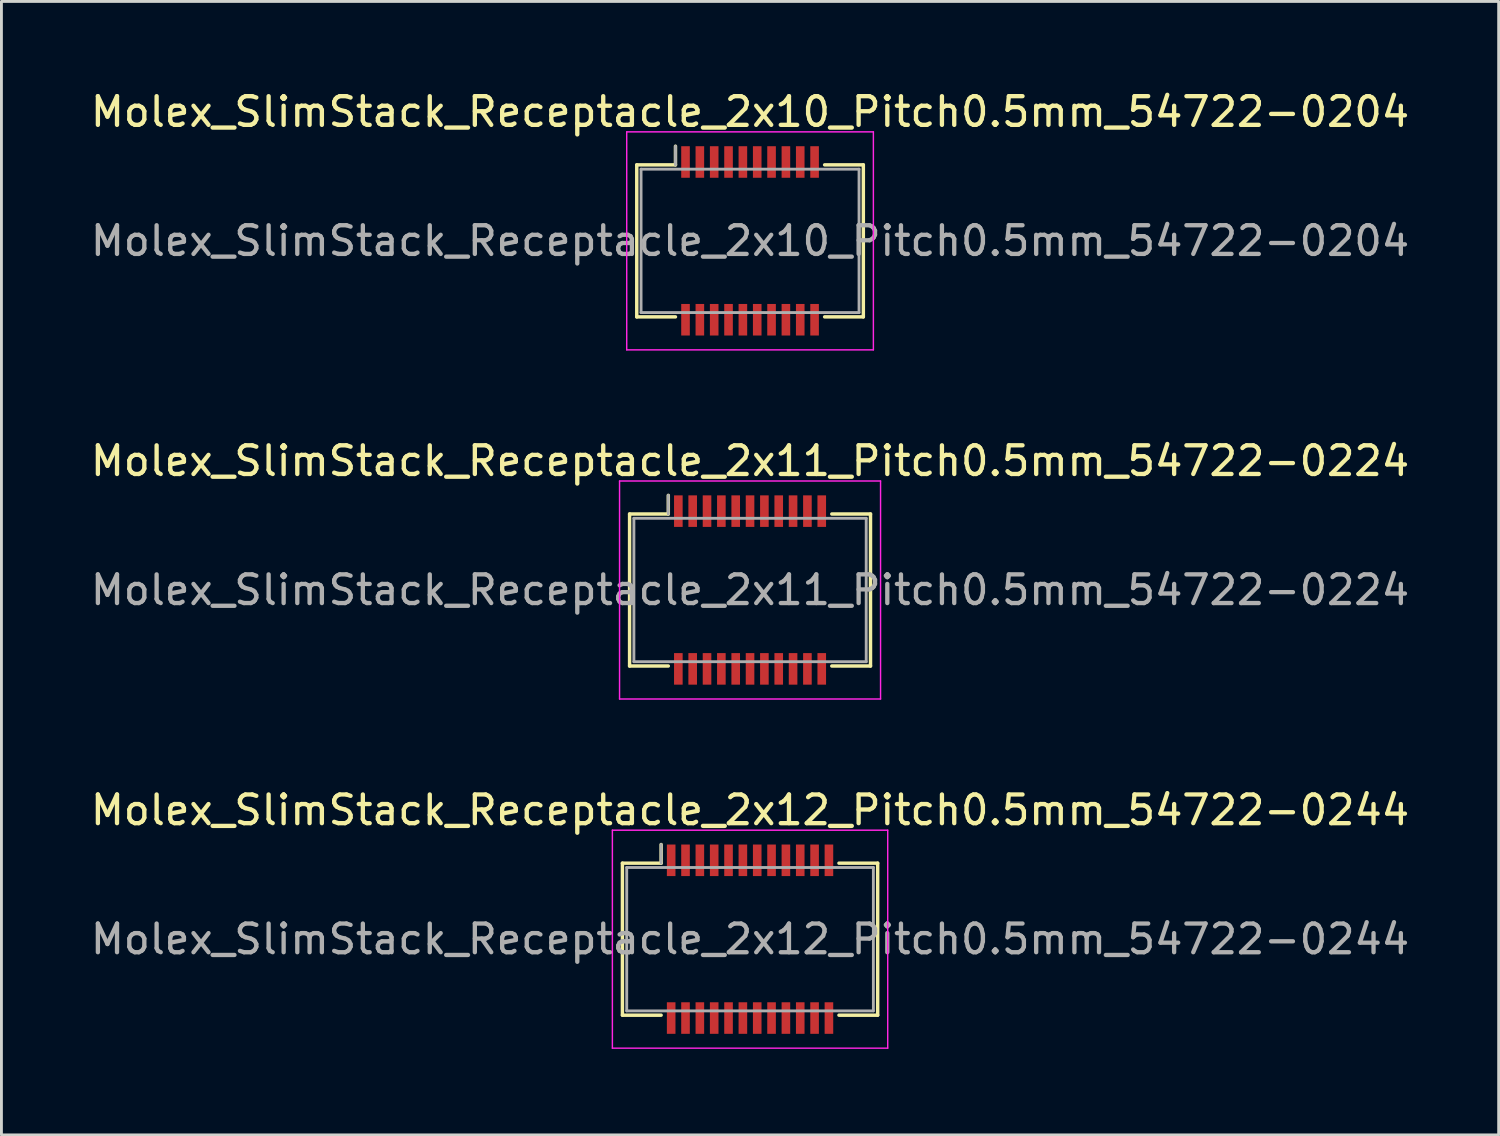
<source format=kicad_pcb>
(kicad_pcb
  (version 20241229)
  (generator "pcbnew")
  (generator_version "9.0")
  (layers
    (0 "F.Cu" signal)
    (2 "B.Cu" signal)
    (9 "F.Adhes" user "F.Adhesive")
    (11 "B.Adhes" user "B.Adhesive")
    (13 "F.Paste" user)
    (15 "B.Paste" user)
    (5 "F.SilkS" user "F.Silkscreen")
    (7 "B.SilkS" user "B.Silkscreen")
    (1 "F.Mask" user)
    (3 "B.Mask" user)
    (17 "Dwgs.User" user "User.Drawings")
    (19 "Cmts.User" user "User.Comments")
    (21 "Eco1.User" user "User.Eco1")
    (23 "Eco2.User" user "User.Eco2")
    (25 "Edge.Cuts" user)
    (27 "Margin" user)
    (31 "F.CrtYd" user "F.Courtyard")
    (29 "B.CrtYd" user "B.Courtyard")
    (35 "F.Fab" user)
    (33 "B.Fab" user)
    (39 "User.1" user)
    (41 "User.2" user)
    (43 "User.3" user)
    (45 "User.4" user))
  (footprint "Molex_SlimStack_Receptacle_2x11_Pitch0.5mm_54722-0224"
    (layer "F.Cu")
    (at 23.101 17.521)
    (property "Reference" "Molex_SlimStack_Receptacle_2x11_Pitch0.5mm_54722-0224" (at 0 -4.5 0) (layer "F.SilkS") (effects (font (size 1 1) (thickness 0.15))))
    (attr smd)
    (fp_line (start -4.2 -2.65) (end -2.85 -2.65) (stroke (width 0.12) (type solid)) (layer "F.SilkS"))
    (fp_line (start -4.2 2.65) (end -4.2 -2.65) (stroke (width 0.12) (type solid)) (layer "F.SilkS"))
    (fp_line (start -2.85 -2.65) (end -2.85 -3.3) (stroke (width 0.12) (type solid)) (layer "F.SilkS"))
    (fp_line (start -2.85 2.65) (end -4.2 2.65) (stroke (width 0.12) (type solid)) (layer "F.SilkS"))
    (fp_line (start 2.85 2.65) (end 4.2 2.65) (stroke (width 0.12) (type solid)) (layer "F.SilkS"))
    (fp_line (start 4.2 -2.65) (end 2.85 -2.65) (stroke (width 0.12) (type solid)) (layer "F.SilkS"))
    (fp_line (start 4.2 2.65) (end 4.2 -2.65) (stroke (width 0.12) (type solid)) (layer "F.SilkS"))
    (fp_line (start -4.55 -3.8) (end -4.55 3.8) (stroke (width 0.05) (type solid)) (layer "F.CrtYd"))
    (fp_line (start -4.55 3.8) (end 4.55 3.8) (stroke (width 0.05) (type solid)) (layer "F.CrtYd"))
    (fp_line (start 4.55 -3.8) (end -4.55 -3.8) (stroke (width 0.05) (type solid)) (layer "F.CrtYd"))
    (fp_line (start 4.55 3.8) (end 4.55 -3.8) (stroke (width 0.05) (type solid)) (layer "F.CrtYd"))
    (fp_line (start -4.05 -2.5) (end -4.05 2.5) (stroke (width 0.1) (type solid)) (layer "F.Fab"))
    (fp_line (start -4.05 2.5) (end 4.05 2.5) (stroke (width 0.1) (type solid)) (layer "F.Fab"))
    (fp_line (start -2.85 -2.65) (end -2.85 -3.3) (stroke (width 0.1) (type solid)) (layer "F.Fab"))
    (fp_line (start 4.05 -2.5) (end -4.05 -2.5) (stroke (width 0.1) (type solid)) (layer "F.Fab"))
    (fp_line (start 4.05 2.5) (end 4.05 -2.5) (stroke (width 0.1) (type solid)) (layer "F.Fab"))
    (fp_text user "${REFERENCE}" (at 0 0 0) (layer "F.Fab") (effects (font (size 1 1) (thickness 0.15))))
    (pad "1" smd rect (at -2.5 -2.75) (size 0.3 1.1) (layers "F.Cu" "F.Mask" "F.Paste"))
    (pad "2" smd rect (at -2.5 2.75) (size 0.3 1.1) (layers "F.Cu" "F.Mask" "F.Paste"))
    (pad "3" smd rect (at -2 -2.75) (size 0.3 1.1) (layers "F.Cu" "F.Mask" "F.Paste"))
    (pad "4" smd rect (at -2 2.75) (size 0.3 1.1) (layers "F.Cu" "F.Mask" "F.Paste"))
    (pad "5" smd rect (at -1.5 -2.75) (size 0.3 1.1) (layers "F.Cu" "F.Mask" "F.Paste"))
    (pad "6" smd rect (at -1.5 2.75) (size 0.3 1.1) (layers "F.Cu" "F.Mask" "F.Paste"))
    (pad "7" smd rect (at -1 -2.75) (size 0.3 1.1) (layers "F.Cu" "F.Mask" "F.Paste"))
    (pad "8" smd rect (at -1 2.75) (size 0.3 1.1) (layers "F.Cu" "F.Mask" "F.Paste"))
    (pad "9" smd rect (at -0.5 -2.75) (size 0.3 1.1) (layers "F.Cu" "F.Mask" "F.Paste"))
    (pad "10" smd rect (at -0.5 2.75) (size 0.3 1.1) (layers "F.Cu" "F.Mask" "F.Paste"))
    (pad "11" smd rect (at 0 -2.75) (size 0.3 1.1) (layers "F.Cu" "F.Mask" "F.Paste"))
    (pad "12" smd rect (at 0 2.75) (size 0.3 1.1) (layers "F.Cu" "F.Mask" "F.Paste"))
    (pad "13" smd rect (at 0.5 -2.75) (size 0.3 1.1) (layers "F.Cu" "F.Mask" "F.Paste"))
    (pad "14" smd rect (at 0.5 2.75) (size 0.3 1.1) (layers "F.Cu" "F.Mask" "F.Paste"))
    (pad "15" smd rect (at 1 -2.75) (size 0.3 1.1) (layers "F.Cu" "F.Mask" "F.Paste"))
    (pad "16" smd rect (at 1 2.75) (size 0.3 1.1) (layers "F.Cu" "F.Mask" "F.Paste"))
    (pad "17" smd rect (at 1.5 -2.75) (size 0.3 1.1) (layers "F.Cu" "F.Mask" "F.Paste"))
    (pad "18" smd rect (at 1.5 2.75) (size 0.3 1.1) (layers "F.Cu" "F.Mask" "F.Paste"))
    (pad "19" smd rect (at 2 -2.75) (size 0.3 1.1) (layers "F.Cu" "F.Mask" "F.Paste"))
    (pad "20" smd rect (at 2 2.75) (size 0.3 1.1) (layers "F.Cu" "F.Mask" "F.Paste"))
    (pad "21" smd rect (at 2.5 -2.75) (size 0.3 1.1) (layers "F.Cu" "F.Mask" "F.Paste"))
    (pad "22" smd rect (at 2.5 2.75) (size 0.3 1.1) (layers "F.Cu" "F.Mask" "F.Paste")))
  (footprint "Molex_SlimStack_Receptacle_2x10_Pitch0.5mm_54722-0204"
    (layer "F.Cu")
    (at 23.101 5.348)
    (property "Reference" "Molex_SlimStack_Receptacle_2x10_Pitch0.5mm_54722-0204" (at 0 -4.5 0) (layer "F.SilkS") (effects (font (size 1 1) (thickness 0.15))))
    (attr smd)
    (fp_line (start -3.95 -2.65) (end -2.6 -2.65) (stroke (width 0.12) (type solid)) (layer "F.SilkS"))
    (fp_line (start -3.95 2.65) (end -3.95 -2.65) (stroke (width 0.12) (type solid)) (layer "F.SilkS"))
    (fp_line (start -2.6 -2.65) (end -2.6 -3.3) (stroke (width 0.12) (type solid)) (layer "F.SilkS"))
    (fp_line (start -2.6 2.65) (end -3.95 2.65) (stroke (width 0.12) (type solid)) (layer "F.SilkS"))
    (fp_line (start 2.6 2.65) (end 3.95 2.65) (stroke (width 0.12) (type solid)) (layer "F.SilkS"))
    (fp_line (start 3.95 -2.65) (end 2.6 -2.65) (stroke (width 0.12) (type solid)) (layer "F.SilkS"))
    (fp_line (start 3.95 2.65) (end 3.95 -2.65) (stroke (width 0.12) (type solid)) (layer "F.SilkS"))
    (fp_line (start -4.3 -3.8) (end -4.3 3.8) (stroke (width 0.05) (type solid)) (layer "F.CrtYd"))
    (fp_line (start -4.3 3.8) (end 4.3 3.8) (stroke (width 0.05) (type solid)) (layer "F.CrtYd"))
    (fp_line (start 4.3 -3.8) (end -4.3 -3.8) (stroke (width 0.05) (type solid)) (layer "F.CrtYd"))
    (fp_line (start 4.3 3.8) (end 4.3 -3.8) (stroke (width 0.05) (type solid)) (layer "F.CrtYd"))
    (fp_line (start -3.8 -2.5) (end -3.8 2.5) (stroke (width 0.1) (type solid)) (layer "F.Fab"))
    (fp_line (start -3.8 2.5) (end 3.8 2.5) (stroke (width 0.1) (type solid)) (layer "F.Fab"))
    (fp_line (start -2.6 -2.65) (end -2.6 -3.3) (stroke (width 0.1) (type solid)) (layer "F.Fab"))
    (fp_line (start 3.8 -2.5) (end -3.8 -2.5) (stroke (width 0.1) (type solid)) (layer "F.Fab"))
    (fp_line (start 3.8 2.5) (end 3.8 -2.5) (stroke (width 0.1) (type solid)) (layer "F.Fab"))
    (fp_text user "${REFERENCE}" (at 0 0 0) (layer "F.Fab") (effects (font (size 1 1) (thickness 0.15))))
    (pad "1" smd rect (at -2.25 -2.75) (size 0.3 1.1) (layers "F.Cu" "F.Mask" "F.Paste"))
    (pad "2" smd rect (at -2.25 2.75) (size 0.3 1.1) (layers "F.Cu" "F.Mask" "F.Paste"))
    (pad "3" smd rect (at -1.75 -2.75) (size 0.3 1.1) (layers "F.Cu" "F.Mask" "F.Paste"))
    (pad "4" smd rect (at -1.75 2.75) (size 0.3 1.1) (layers "F.Cu" "F.Mask" "F.Paste"))
    (pad "5" smd rect (at -1.25 -2.75) (size 0.3 1.1) (layers "F.Cu" "F.Mask" "F.Paste"))
    (pad "6" smd rect (at -1.25 2.75) (size 0.3 1.1) (layers "F.Cu" "F.Mask" "F.Paste"))
    (pad "7" smd rect (at -0.75 -2.75) (size 0.3 1.1) (layers "F.Cu" "F.Mask" "F.Paste"))
    (pad "8" smd rect (at -0.75 2.75) (size 0.3 1.1) (layers "F.Cu" "F.Mask" "F.Paste"))
    (pad "9" smd rect (at -0.25 -2.75) (size 0.3 1.1) (layers "F.Cu" "F.Mask" "F.Paste"))
    (pad "10" smd rect (at -0.25 2.75) (size 0.3 1.1) (layers "F.Cu" "F.Mask" "F.Paste"))
    (pad "11" smd rect (at 0.25 -2.75) (size 0.3 1.1) (layers "F.Cu" "F.Mask" "F.Paste"))
    (pad "12" smd rect (at 0.25 2.75) (size 0.3 1.1) (layers "F.Cu" "F.Mask" "F.Paste"))
    (pad "13" smd rect (at 0.75 -2.75) (size 0.3 1.1) (layers "F.Cu" "F.Mask" "F.Paste"))
    (pad "14" smd rect (at 0.75 2.75) (size 0.3 1.1) (layers "F.Cu" "F.Mask" "F.Paste"))
    (pad "15" smd rect (at 1.25 -2.75) (size 0.3 1.1) (layers "F.Cu" "F.Mask" "F.Paste"))
    (pad "16" smd rect (at 1.25 2.75) (size 0.3 1.1) (layers "F.Cu" "F.Mask" "F.Paste"))
    (pad "17" smd rect (at 1.75 -2.75) (size 0.3 1.1) (layers "F.Cu" "F.Mask" "F.Paste"))
    (pad "18" smd rect (at 1.75 2.75) (size 0.3 1.1) (layers "F.Cu" "F.Mask" "F.Paste"))
    (pad "19" smd rect (at 2.25 -2.75) (size 0.3 1.1) (layers "F.Cu" "F.Mask" "F.Paste"))
    (pad "20" smd rect (at 2.25 2.75) (size 0.3 1.1) (layers "F.Cu" "F.Mask" "F.Paste")))
  (footprint "Molex_SlimStack_Receptacle_2x12_Pitch0.5mm_54722-0244"
    (layer "F.Cu")
    (at 23.101 29.695)
    (property "Reference" "Molex_SlimStack_Receptacle_2x12_Pitch0.5mm_54722-0244" (at 0 -4.5 0) (layer "F.SilkS") (effects (font (size 1 1) (thickness 0.15))))
    (attr smd)
    (fp_line (start -4.45 -2.65) (end -3.1 -2.65) (stroke (width 0.12) (type solid)) (layer "F.SilkS"))
    (fp_line (start -4.45 2.65) (end -4.45 -2.65) (stroke (width 0.12) (type solid)) (layer "F.SilkS"))
    (fp_line (start -3.1 -2.65) (end -3.1 -3.3) (stroke (width 0.12) (type solid)) (layer "F.SilkS"))
    (fp_line (start -3.1 2.65) (end -4.45 2.65) (stroke (width 0.12) (type solid)) (layer "F.SilkS"))
    (fp_line (start 3.1 2.65) (end 4.45 2.65) (stroke (width 0.12) (type solid)) (layer "F.SilkS"))
    (fp_line (start 4.45 -2.65) (end 3.1 -2.65) (stroke (width 0.12) (type solid)) (layer "F.SilkS"))
    (fp_line (start 4.45 2.65) (end 4.45 -2.65) (stroke (width 0.12) (type solid)) (layer "F.SilkS"))
    (fp_line (start -4.8 -3.8) (end -4.8 3.8) (stroke (width 0.05) (type solid)) (layer "F.CrtYd"))
    (fp_line (start -4.8 3.8) (end 4.8 3.8) (stroke (width 0.05) (type solid)) (layer "F.CrtYd"))
    (fp_line (start 4.8 -3.8) (end -4.8 -3.8) (stroke (width 0.05) (type solid)) (layer "F.CrtYd"))
    (fp_line (start 4.8 3.8) (end 4.8 -3.8) (stroke (width 0.05) (type solid)) (layer "F.CrtYd"))
    (fp_line (start -4.3 -2.5) (end -4.3 2.5) (stroke (width 0.1) (type solid)) (layer "F.Fab"))
    (fp_line (start -4.3 2.5) (end 4.3 2.5) (stroke (width 0.1) (type solid)) (layer "F.Fab"))
    (fp_line (start -3.1 -2.65) (end -3.1 -3.3) (stroke (width 0.1) (type solid)) (layer "F.Fab"))
    (fp_line (start 4.3 -2.5) (end -4.3 -2.5) (stroke (width 0.1) (type solid)) (layer "F.Fab"))
    (fp_line (start 4.3 2.5) (end 4.3 -2.5) (stroke (width 0.1) (type solid)) (layer "F.Fab"))
    (fp_text user "${REFERENCE}" (at 0 0 0) (layer "F.Fab") (effects (font (size 1 1) (thickness 0.15))))
    (pad "1" smd rect (at -2.75 -2.75) (size 0.3 1.1) (layers "F.Cu" "F.Mask" "F.Paste"))
    (pad "2" smd rect (at -2.75 2.75) (size 0.3 1.1) (layers "F.Cu" "F.Mask" "F.Paste"))
    (pad "3" smd rect (at -2.25 -2.75) (size 0.3 1.1) (layers "F.Cu" "F.Mask" "F.Paste"))
    (pad "4" smd rect (at -2.25 2.75) (size 0.3 1.1) (layers "F.Cu" "F.Mask" "F.Paste"))
    (pad "5" smd rect (at -1.75 -2.75) (size 0.3 1.1) (layers "F.Cu" "F.Mask" "F.Paste"))
    (pad "6" smd rect (at -1.75 2.75) (size 0.3 1.1) (layers "F.Cu" "F.Mask" "F.Paste"))
    (pad "7" smd rect (at -1.25 -2.75) (size 0.3 1.1) (layers "F.Cu" "F.Mask" "F.Paste"))
    (pad "8" smd rect (at -1.25 2.75) (size 0.3 1.1) (layers "F.Cu" "F.Mask" "F.Paste"))
    (pad "9" smd rect (at -0.75 -2.75) (size 0.3 1.1) (layers "F.Cu" "F.Mask" "F.Paste"))
    (pad "10" smd rect (at -0.75 2.75) (size 0.3 1.1) (layers "F.Cu" "F.Mask" "F.Paste"))
    (pad "11" smd rect (at -0.25 -2.75) (size 0.3 1.1) (layers "F.Cu" "F.Mask" "F.Paste"))
    (pad "12" smd rect (at -0.25 2.75) (size 0.3 1.1) (layers "F.Cu" "F.Mask" "F.Paste"))
    (pad "13" smd rect (at 0.25 -2.75) (size 0.3 1.1) (layers "F.Cu" "F.Mask" "F.Paste"))
    (pad "14" smd rect (at 0.25 2.75) (size 0.3 1.1) (layers "F.Cu" "F.Mask" "F.Paste"))
    (pad "15" smd rect (at 0.75 -2.75) (size 0.3 1.1) (layers "F.Cu" "F.Mask" "F.Paste"))
    (pad "16" smd rect (at 0.75 2.75) (size 0.3 1.1) (layers "F.Cu" "F.Mask" "F.Paste"))
    (pad "17" smd rect (at 1.25 -2.75) (size 0.3 1.1) (layers "F.Cu" "F.Mask" "F.Paste"))
    (pad "18" smd rect (at 1.25 2.75) (size 0.3 1.1) (layers "F.Cu" "F.Mask" "F.Paste"))
    (pad "19" smd rect (at 1.75 -2.75) (size 0.3 1.1) (layers "F.Cu" "F.Mask" "F.Paste"))
    (pad "20" smd rect (at 1.75 2.75) (size 0.3 1.1) (layers "F.Cu" "F.Mask" "F.Paste"))
    (pad "21" smd rect (at 2.25 -2.75) (size 0.3 1.1) (layers "F.Cu" "F.Mask" "F.Paste"))
    (pad "22" smd rect (at 2.25 2.75) (size 0.3 1.1) (layers "F.Cu" "F.Mask" "F.Paste"))
    (pad "23" smd rect (at 2.75 -2.75) (size 0.3 1.1) (layers "F.Cu" "F.Mask" "F.Paste"))
    (pad "24" smd rect (at 2.75 2.75) (size 0.3 1.1) (layers "F.Cu" "F.Mask" "F.Paste")))
  (gr_rect
    (start -3 -3)
    (end 49.202 36.52)
    (stroke (width 0.1) (type default))
    (fill no)
    (layer "Edge.Cuts")))
</source>
